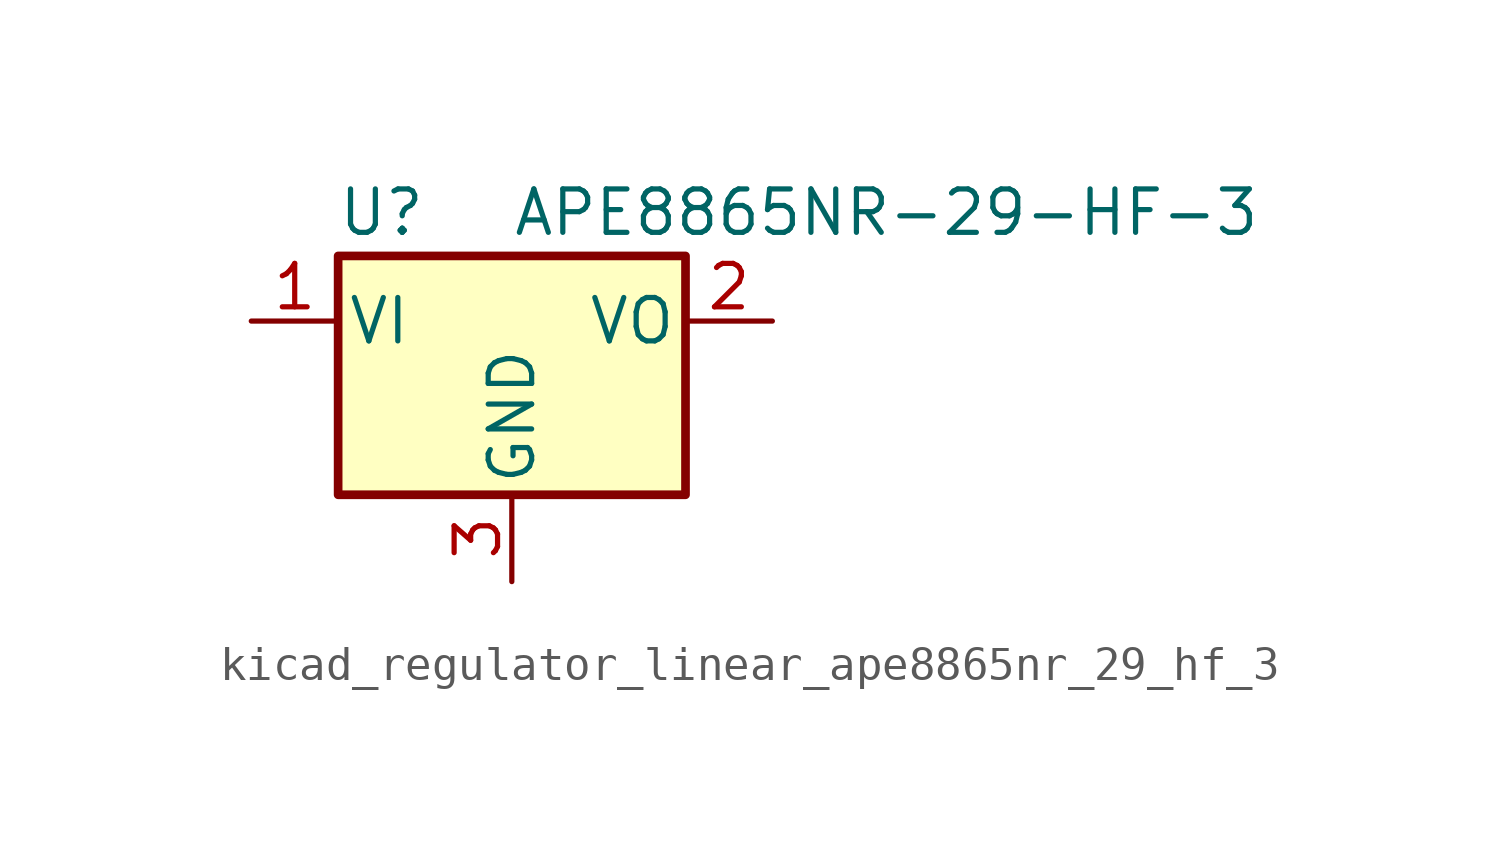
<source format=kicad_sym>
(kicad_symbol_lib
  (version 20220914)
  (generator kicad_symbol_editor)
  (symbol "kicad_regulator_linear_ape8865nr_29_hf_3"
    (pin_names
      (offset 0.254))
    (property "Reference" "U"
      (at -3.81 3.175 0)
      (effects (font (size 1.27 1.27))))
    (property "Value" "APE8865NR-29-HF-3"
      (at 0 3.175 0)
      (effects (font (size 1.27 1.27)) (justify left)))
    (symbol "kicad_regulator_linear_ape8865nr_29_hf_3_0_1"
      (rectangle (start -5.08 1.905) (end 5.08 -5.08) (stroke (width 0.254) (type default)) (fill (type background))))
    (symbol "kicad_regulator_linear_ape8865nr_29_hf_3_1_1"
      (pin power_in line (at -7.62 0 0) (length 2.54) (name "VI" (effects (font (size 1.27 1.27)))) (number "1" (effects (font (size 1.27 1.27)))))
      (pin power_out line (at 7.62 0 180) (length 2.54) (name "VO" (effects (font (size 1.27 1.27)))) (number "2" (effects (font (size 1.27 1.27)))))
      (pin power_in line (at 0 -7.62 90) (length 2.54) (name "GND" (effects (font (size 1.27 1.27)))) (number "3" (effects (font (size 1.27 1.27))))))))
</source>
